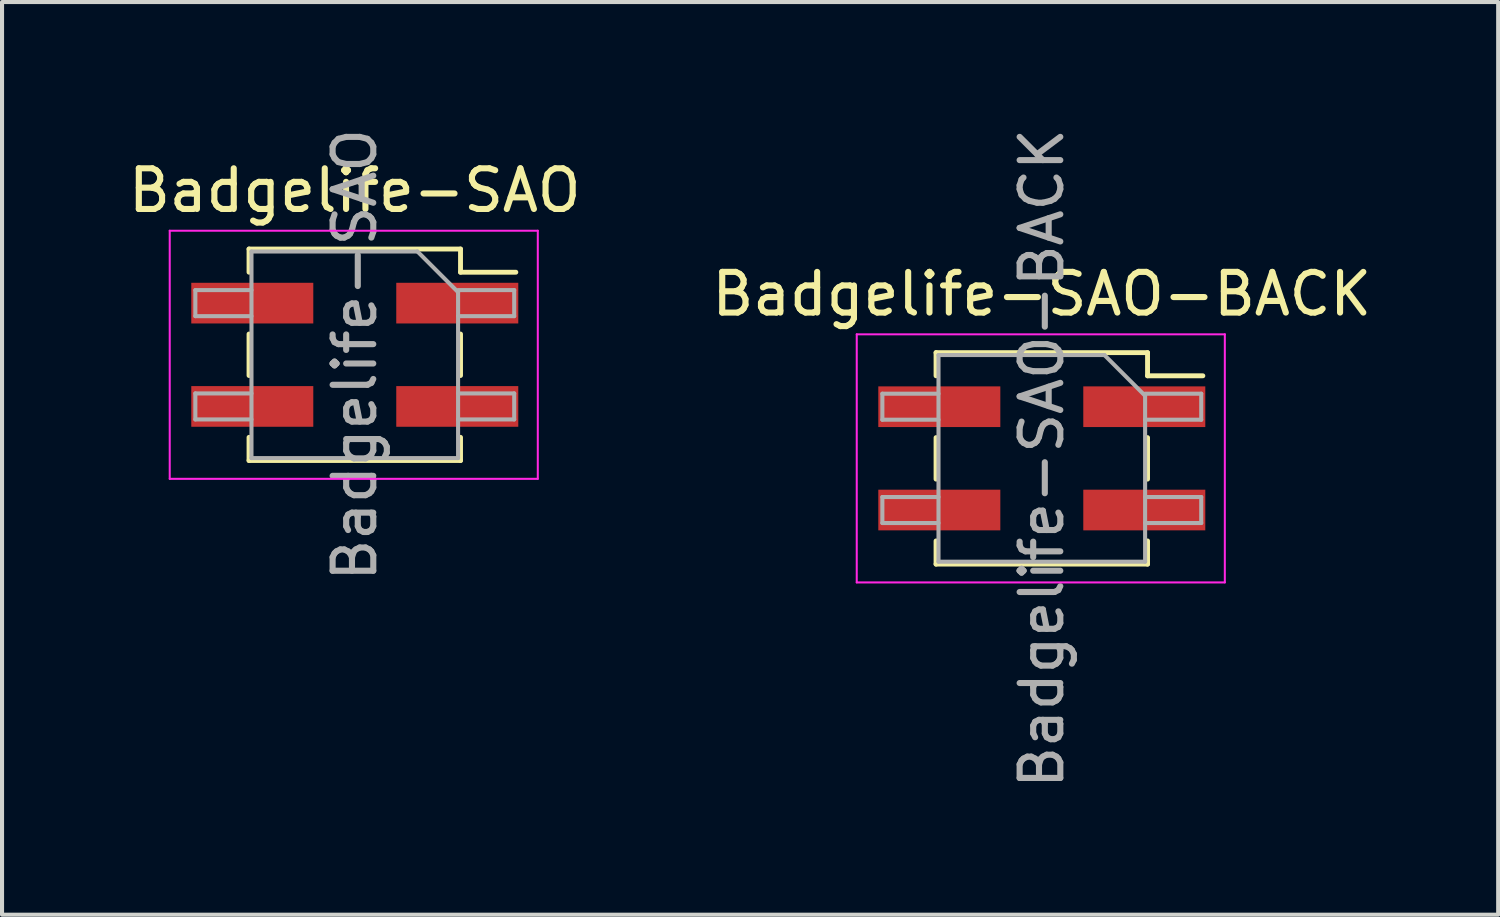
<source format=kicad_pcb>
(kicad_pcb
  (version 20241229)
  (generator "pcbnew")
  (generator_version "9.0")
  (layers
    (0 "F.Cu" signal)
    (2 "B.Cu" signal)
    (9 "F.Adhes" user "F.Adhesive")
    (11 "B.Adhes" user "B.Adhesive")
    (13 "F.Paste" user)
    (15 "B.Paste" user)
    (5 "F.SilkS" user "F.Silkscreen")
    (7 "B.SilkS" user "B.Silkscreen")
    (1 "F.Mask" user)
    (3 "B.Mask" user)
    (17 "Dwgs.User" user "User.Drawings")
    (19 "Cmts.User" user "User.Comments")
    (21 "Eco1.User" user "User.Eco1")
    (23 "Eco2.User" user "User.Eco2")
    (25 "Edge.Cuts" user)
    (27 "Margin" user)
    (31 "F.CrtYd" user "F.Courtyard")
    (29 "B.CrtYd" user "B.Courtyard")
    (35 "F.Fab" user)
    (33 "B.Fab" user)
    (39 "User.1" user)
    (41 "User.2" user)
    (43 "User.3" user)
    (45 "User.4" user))
  (footprint "Badgelife-SAO"
    (layer "F.Cu")
    (at 5.673 5.673)
    (property "Reference" "Badgelife-SAO" (at 0 -4.04 0) (layer "F.SilkS") (effects (font (size 1 1) (thickness 0.15))))
    (attr smd)
    (fp_line (start -2.6 -2.6) (end -2.6 -2.03) (stroke (width 0.12) (type solid)) (layer "F.SilkS"))
    (fp_line (start -2.6 -2.6) (end 2.6 -2.6) (stroke (width 0.12) (type solid)) (layer "F.SilkS"))
    (fp_line (start -2.6 -0.51) (end -2.6 0.51) (stroke (width 0.12) (type solid)) (layer "F.SilkS"))
    (fp_line (start -2.6 2.03) (end -2.6 2.6) (stroke (width 0.12) (type solid)) (layer "F.SilkS"))
    (fp_line (start -2.6 2.6) (end 2.6 2.6) (stroke (width 0.12) (type solid)) (layer "F.SilkS"))
    (fp_line (start 2.6 -2.6) (end 2.6 -2.03) (stroke (width 0.12) (type solid)) (layer "F.SilkS"))
    (fp_line (start 2.6 -2.03) (end 3.96 -2.03) (stroke (width 0.12) (type solid)) (layer "F.SilkS"))
    (fp_line (start 2.6 -0.51) (end 2.6 0.51) (stroke (width 0.12) (type solid)) (layer "F.SilkS"))
    (fp_line (start 2.6 2.03) (end 2.6 2.6) (stroke (width 0.12) (type solid)) (layer "F.SilkS"))
    (fp_line (start -4.55 -3.05) (end 4.5 -3.05) (stroke (width 0.05) (type solid)) (layer "F.CrtYd"))
    (fp_line (start -4.55 3.05) (end -4.55 -3.05) (stroke (width 0.05) (type solid)) (layer "F.CrtYd"))
    (fp_line (start 4.5 -3.05) (end 4.5 3.05) (stroke (width 0.05) (type solid)) (layer "F.CrtYd"))
    (fp_line (start 4.5 3.05) (end -4.55 3.05) (stroke (width 0.05) (type solid)) (layer "F.CrtYd"))
    (fp_line (start -3.92 -1.59) (end -2.54 -1.59) (stroke (width 0.1) (type solid)) (layer "F.Fab"))
    (fp_line (start -3.92 -0.95) (end -3.92 -1.59) (stroke (width 0.1) (type solid)) (layer "F.Fab"))
    (fp_line (start -3.92 0.95) (end -2.54 0.95) (stroke (width 0.1) (type solid)) (layer "F.Fab"))
    (fp_line (start -3.92 1.59) (end -3.92 0.95) (stroke (width 0.1) (type solid)) (layer "F.Fab"))
    (fp_line (start -2.54 -2.54) (end 1.54 -2.54) (stroke (width 0.1) (type solid)) (layer "F.Fab"))
    (fp_line (start -2.54 -0.95) (end -3.92 -0.95) (stroke (width 0.1) (type solid)) (layer "F.Fab"))
    (fp_line (start -2.54 1.59) (end -3.92 1.59) (stroke (width 0.1) (type solid)) (layer "F.Fab"))
    (fp_line (start -2.54 2.54) (end -2.54 -2.54) (stroke (width 0.1) (type solid)) (layer "F.Fab"))
    (fp_line (start 1.54 -2.54) (end 2.54 -1.54) (stroke (width 0.1) (type solid)) (layer "F.Fab"))
    (fp_line (start 2.54 -1.59) (end 3.92 -1.59) (stroke (width 0.1) (type solid)) (layer "F.Fab"))
    (fp_line (start 2.54 -1.54) (end 2.54 2.54) (stroke (width 0.1) (type solid)) (layer "F.Fab"))
    (fp_line (start 2.54 0.95) (end 3.92 0.95) (stroke (width 0.1) (type solid)) (layer "F.Fab"))
    (fp_line (start 2.54 2.54) (end -2.54 2.54) (stroke (width 0.1) (type solid)) (layer "F.Fab"))
    (fp_line (start 3.92 -1.59) (end 3.92 -0.95) (stroke (width 0.1) (type solid)) (layer "F.Fab"))
    (fp_line (start 3.92 -0.95) (end 2.54 -0.95) (stroke (width 0.1) (type solid)) (layer "F.Fab"))
    (fp_line (start 3.92 0.95) (end 3.92 1.59) (stroke (width 0.1) (type solid)) (layer "F.Fab"))
    (fp_line (start 3.92 1.59) (end 2.54 1.59) (stroke (width 0.1) (type solid)) (layer "F.Fab"))
    (fp_text user "${REFERENCE}" (at 0 0 90) (layer "F.Fab") (effects (font (size 1 1) (thickness 0.15))))
    (pad "1" smd rect (at -2.52 -1.27) (size 3 1) (layers "F.Cu" "F.Mask" "F.Paste"))
    (pad "2" smd rect (at -2.52 1.27) (size 3 1) (layers "F.Cu" "F.Mask" "F.Paste"))
    (pad "3" smd rect (at 2.52 1.27) (size 3 1) (layers "F.Cu" "F.Mask" "F.Paste"))
    (pad "4" smd rect (at 2.52 -1.27) (size 3 1) (layers "F.Cu" "F.Mask" "F.Paste")))
  (footprint "Badgelife-SAO-BACK"
    (layer "F.Cu")
    (at 22.565 8.22)
    (property "Reference" "Badgelife-SAO-BACK" (at 0 -4.04 0) (layer "F.SilkS") (effects (font (size 1 1) (thickness 0.15))))
    (attr smd)
    (fp_line (start -2.6 -2.6) (end -2.6 -2.03) (stroke (width 0.12) (type solid)) (layer "F.SilkS"))
    (fp_line (start -2.6 -2.6) (end 2.6 -2.6) (stroke (width 0.12) (type solid)) (layer "F.SilkS"))
    (fp_line (start -2.6 -0.51) (end -2.6 0.51) (stroke (width 0.12) (type solid)) (layer "F.SilkS"))
    (fp_line (start -2.6 2.03) (end -2.6 2.6) (stroke (width 0.12) (type solid)) (layer "F.SilkS"))
    (fp_line (start -2.6 2.6) (end 2.6 2.6) (stroke (width 0.12) (type solid)) (layer "F.SilkS"))
    (fp_line (start 2.6 -2.6) (end 2.6 -2.03) (stroke (width 0.12) (type solid)) (layer "F.SilkS"))
    (fp_line (start 2.6 -2.03) (end 3.96 -2.03) (stroke (width 0.12) (type solid)) (layer "F.SilkS"))
    (fp_line (start 2.6 -0.51) (end 2.6 0.51) (stroke (width 0.12) (type solid)) (layer "F.SilkS"))
    (fp_line (start 2.6 2.03) (end 2.6 2.6) (stroke (width 0.12) (type solid)) (layer "F.SilkS"))
    (fp_line (start -4.55 -3.05) (end 4.5 -3.05) (stroke (width 0.05) (type solid)) (layer "F.CrtYd"))
    (fp_line (start -4.55 3.05) (end -4.55 -3.05) (stroke (width 0.05) (type solid)) (layer "F.CrtYd"))
    (fp_line (start 4.5 -3.05) (end 4.5 3.05) (stroke (width 0.05) (type solid)) (layer "F.CrtYd"))
    (fp_line (start 4.5 3.05) (end -4.55 3.05) (stroke (width 0.05) (type solid)) (layer "F.CrtYd"))
    (fp_line (start -3.92 -1.59) (end -2.54 -1.59) (stroke (width 0.1) (type solid)) (layer "F.Fab"))
    (fp_line (start -3.92 -0.95) (end -3.92 -1.59) (stroke (width 0.1) (type solid)) (layer "F.Fab"))
    (fp_line (start -3.92 0.95) (end -2.54 0.95) (stroke (width 0.1) (type solid)) (layer "F.Fab"))
    (fp_line (start -3.92 1.59) (end -3.92 0.95) (stroke (width 0.1) (type solid)) (layer "F.Fab"))
    (fp_line (start -2.54 -2.54) (end 1.54 -2.54) (stroke (width 0.1) (type solid)) (layer "F.Fab"))
    (fp_line (start -2.54 -0.95) (end -3.92 -0.95) (stroke (width 0.1) (type solid)) (layer "F.Fab"))
    (fp_line (start -2.54 1.59) (end -3.92 1.59) (stroke (width 0.1) (type solid)) (layer "F.Fab"))
    (fp_line (start -2.54 2.54) (end -2.54 -2.54) (stroke (width 0.1) (type solid)) (layer "F.Fab"))
    (fp_line (start 1.54 -2.54) (end 2.54 -1.54) (stroke (width 0.1) (type solid)) (layer "F.Fab"))
    (fp_line (start 2.54 -1.59) (end 3.92 -1.59) (stroke (width 0.1) (type solid)) (layer "F.Fab"))
    (fp_line (start 2.54 -1.54) (end 2.54 2.54) (stroke (width 0.1) (type solid)) (layer "F.Fab"))
    (fp_line (start 2.54 0.95) (end 3.92 0.95) (stroke (width 0.1) (type solid)) (layer "F.Fab"))
    (fp_line (start 2.54 2.54) (end -2.54 2.54) (stroke (width 0.1) (type solid)) (layer "F.Fab"))
    (fp_line (start 3.92 -1.59) (end 3.92 -0.95) (stroke (width 0.1) (type solid)) (layer "F.Fab"))
    (fp_line (start 3.92 -0.95) (end 2.54 -0.95) (stroke (width 0.1) (type solid)) (layer "F.Fab"))
    (fp_line (start 3.92 0.95) (end 3.92 1.59) (stroke (width 0.1) (type solid)) (layer "F.Fab"))
    (fp_line (start 3.92 1.59) (end 2.54 1.59) (stroke (width 0.1) (type solid)) (layer "F.Fab"))
    (fp_text user "${REFERENCE}" (at 0 0 90) (layer "F.Fab") (effects (font (size 1 1) (thickness 0.15))))
    (pad "1" smd rect (at 2.52 -1.27) (size 3 1) (layers "F.Cu" "F.Mask" "F.Paste"))
    (pad "2" smd rect (at 2.52 1.27) (size 3 1) (layers "F.Cu" "F.Mask" "F.Paste"))
    (pad "3" smd rect (at -2.52 1.27) (size 3 1) (layers "F.Cu" "F.Mask" "F.Paste"))
    (pad "4" smd rect (at -2.52 -1.27) (size 3 1) (layers "F.Cu" "F.Mask" "F.Paste")))
  (gr_rect
    (start -3 -3)
    (end 33.786 19.44)
    (stroke (width 0.1) (type default))
    (fill no)
    (layer "Edge.Cuts")))
</source>
